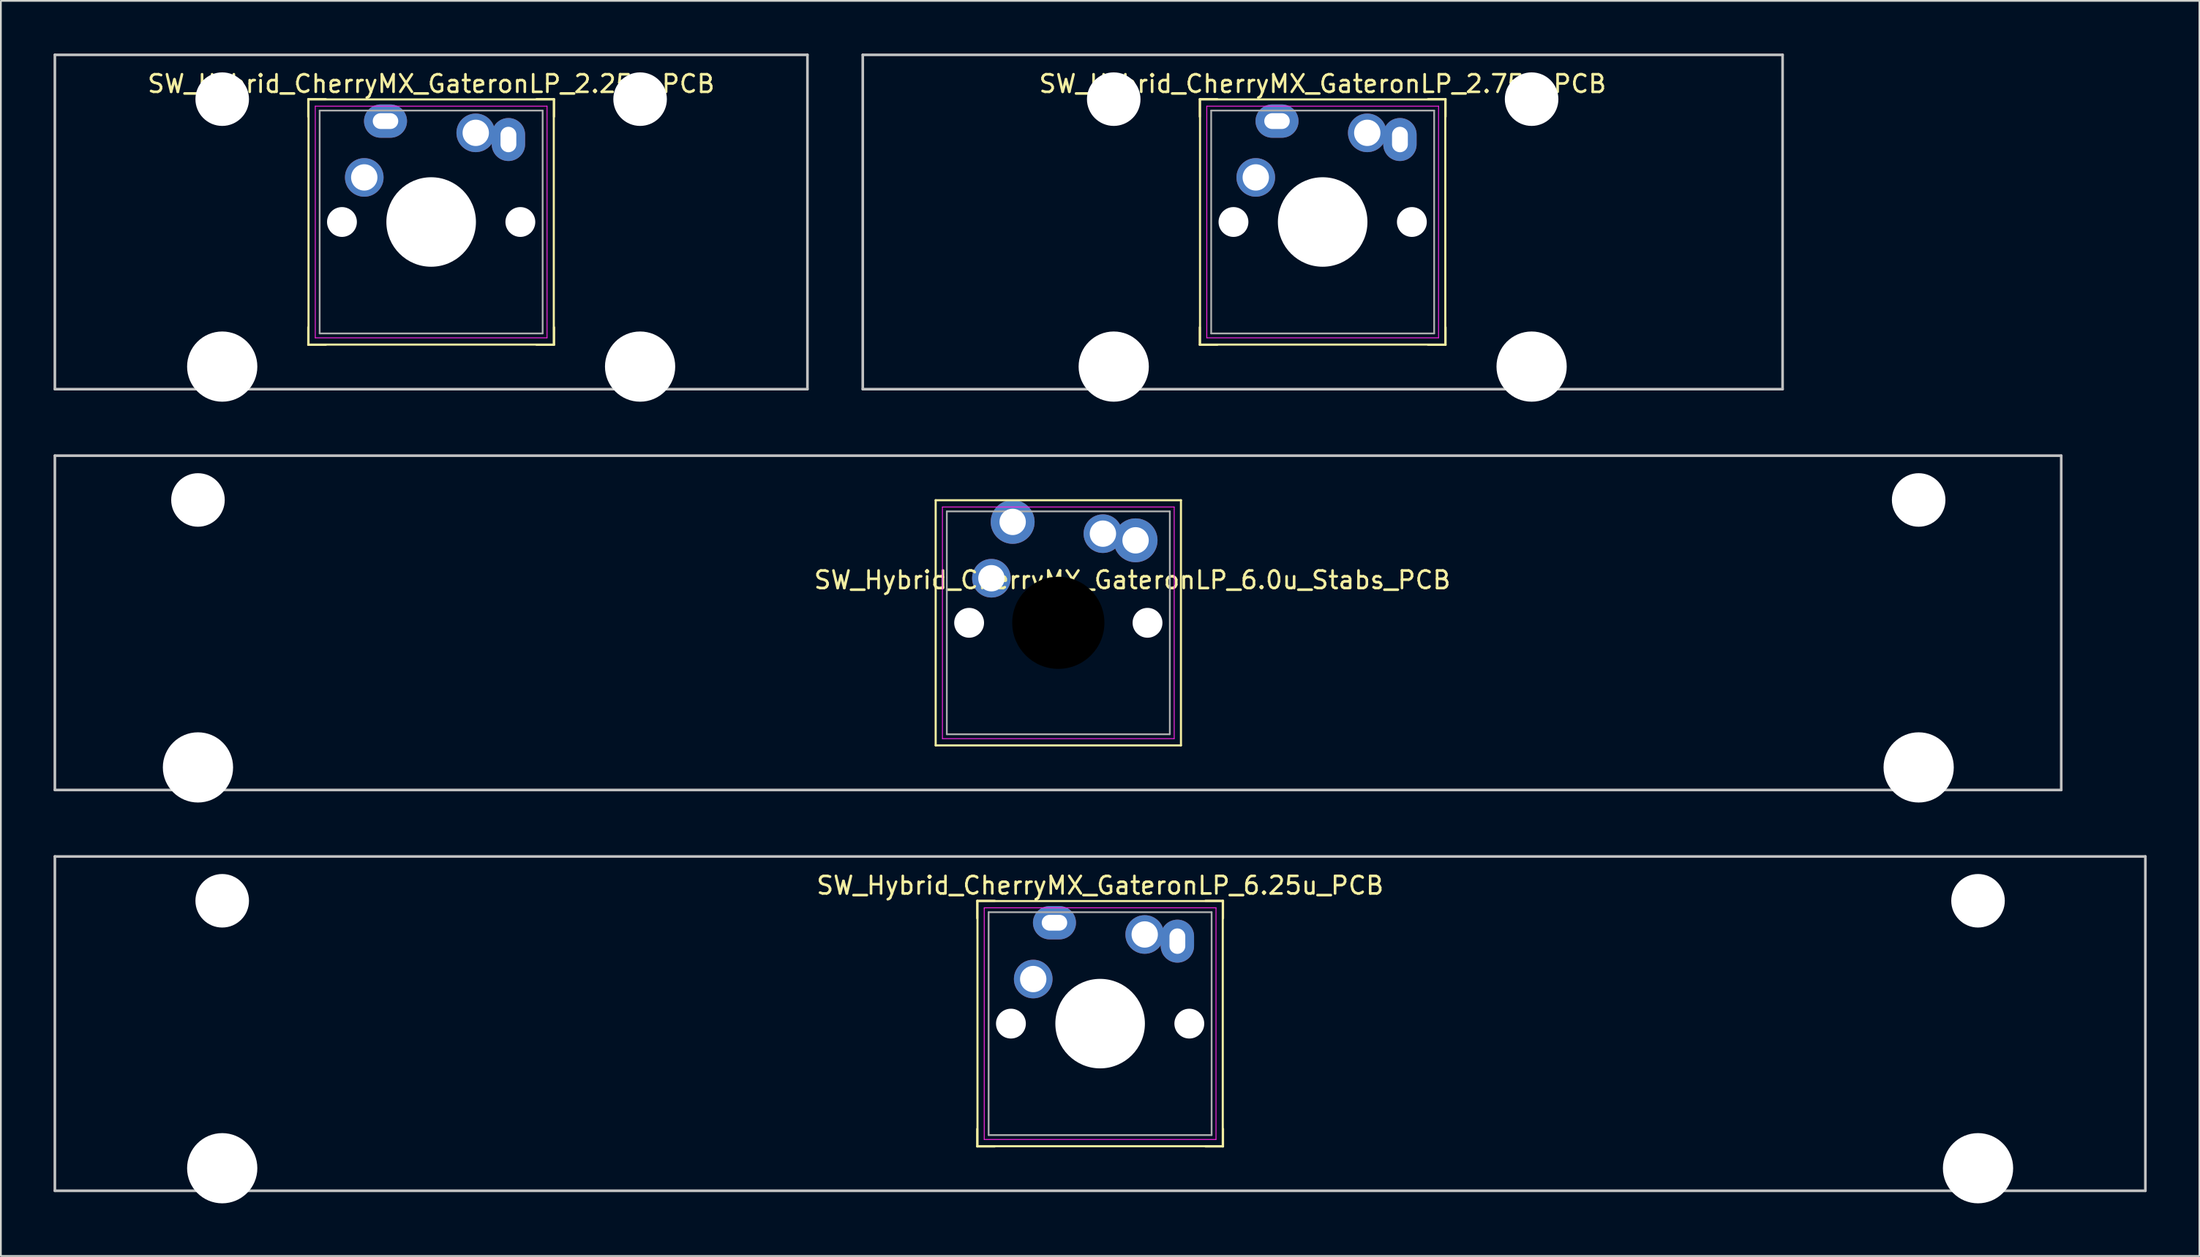
<source format=kicad_pcb>
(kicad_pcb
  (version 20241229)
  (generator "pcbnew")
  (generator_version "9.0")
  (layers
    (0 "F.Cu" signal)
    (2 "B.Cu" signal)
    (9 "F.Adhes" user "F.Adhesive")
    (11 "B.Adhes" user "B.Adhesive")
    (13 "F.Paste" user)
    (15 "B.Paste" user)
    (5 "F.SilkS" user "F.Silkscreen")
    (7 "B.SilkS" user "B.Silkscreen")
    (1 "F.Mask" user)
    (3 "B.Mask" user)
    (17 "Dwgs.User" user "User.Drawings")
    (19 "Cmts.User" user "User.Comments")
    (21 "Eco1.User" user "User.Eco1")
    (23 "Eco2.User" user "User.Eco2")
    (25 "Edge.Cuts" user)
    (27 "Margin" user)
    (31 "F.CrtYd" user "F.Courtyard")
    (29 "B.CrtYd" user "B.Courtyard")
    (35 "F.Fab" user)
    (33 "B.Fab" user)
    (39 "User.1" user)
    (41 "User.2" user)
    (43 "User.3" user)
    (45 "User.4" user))
  (footprint "SW_Hybrid_CherryMX_GateronLP_6.25u_PCB"
    (layer "F.Cu")
    (at 62.146 50.2)
    (property "Reference" "SW_Hybrid_CherryMX_GateronLP_6.25u_PCB" (at -2.54 -2.794 0) (layer "F.SilkS") (effects (font (size 1 1) (thickness 0.15))))
    (attr through_hole)
    (fp_line (start -9.54 -1.92) (end -8.54 -1.92) (stroke (width 0.12) (type solid)) (layer "F.SilkS"))
    (fp_line (start -9.54 -0.92) (end -9.54 -1.92) (stroke (width 0.12) (type solid)) (layer "F.SilkS"))
    (fp_line (start -9.54 12.08) (end -9.54 11.08) (stroke (width 0.12) (type solid)) (layer "F.SilkS"))
    (fp_line (start -9.525 -1.905) (end 4.445 -1.905) (stroke (width 0.12) (type solid)) (layer "F.SilkS"))
    (fp_line (start -9.525 12.065) (end -9.525 -1.905) (stroke (width 0.12) (type solid)) (layer "F.SilkS"))
    (fp_line (start -8.54 12.08) (end -9.54 12.08) (stroke (width 0.12) (type solid)) (layer "F.SilkS"))
    (fp_line (start 3.46 -1.92) (end 4.46 -1.92) (stroke (width 0.12) (type solid)) (layer "F.SilkS"))
    (fp_line (start 4.445 -1.905) (end 4.445 12.065) (stroke (width 0.12) (type solid)) (layer "F.SilkS"))
    (fp_line (start 4.445 12.065) (end -9.525 12.065) (stroke (width 0.12) (type solid)) (layer "F.SilkS"))
    (fp_line (start 4.46 -1.92) (end 4.46 -0.92) (stroke (width 0.12) (type solid)) (layer "F.SilkS"))
    (fp_line (start 4.46 12.08) (end 3.46 12.08) (stroke (width 0.12) (type solid)) (layer "F.SilkS"))
    (fp_line (start 4.46 12.08) (end 4.46 11.08) (stroke (width 0.12) (type solid)) (layer "F.SilkS"))
    (fp_line (start -62.071 -4.445) (end 56.991 -4.445) (stroke (width 0.15) (type solid)) (layer "Dwgs.User"))
    (fp_line (start -62.071 14.605) (end -62.071 -4.445) (stroke (width 0.15) (type solid)) (layer "Dwgs.User"))
    (fp_line (start 56.991 -4.445) (end 56.991 14.605) (stroke (width 0.15) (type solid)) (layer "Dwgs.User"))
    (fp_line (start 56.991 14.605) (end -62.071 14.605) (stroke (width 0.15) (type solid)) (layer "Dwgs.User"))
    (fp_line (start -9.54 12.08) (end -9.54 -1.92) (stroke (width 0.1) (type solid)) (layer "Eco1.User"))
    (fp_line (start 4.46 -1.92) (end -9.54 -1.92) (stroke (width 0.1) (type solid)) (layer "Eco1.User"))
    (fp_line (start 4.46 12.08) (end -9.54 12.08) (stroke (width 0.1) (type solid)) (layer "Eco1.User"))
    (fp_line (start 4.46 12.08) (end 4.46 -1.92) (stroke (width 0.1) (type solid)) (layer "Eco1.User"))
    (fp_rect (start -4.34 11.38) (end 0.66 9.13) (stroke (width 0.12) (type solid)) (fill no) (layer "Eco1.User"))
    (fp_line (start -9.14 -1.52) (end 4.06 -1.52) (stroke (width 0.05) (type solid)) (layer "F.CrtYd"))
    (fp_line (start -9.14 11.68) (end -9.14 -1.52) (stroke (width 0.05) (type solid)) (layer "F.CrtYd"))
    (fp_line (start 4.06 -1.52) (end 4.06 11.68) (stroke (width 0.05) (type solid)) (layer "F.CrtYd"))
    (fp_line (start 4.06 11.68) (end -9.14 11.68) (stroke (width 0.05) (type solid)) (layer "F.CrtYd"))
    (fp_line (start -8.89 -1.27) (end 3.81 -1.27) (stroke (width 0.1) (type solid)) (layer "F.Fab"))
    (fp_line (start -8.89 11.43) (end -8.89 -1.27) (stroke (width 0.1) (type solid)) (layer "F.Fab"))
    (fp_line (start 3.81 -1.27) (end 3.81 11.43) (stroke (width 0.1) (type solid)) (layer "F.Fab"))
    (fp_line (start 3.81 11.43) (end -8.89 11.43) (stroke (width 0.1) (type solid)) (layer "F.Fab"))
    (pad "" np_thru_hole circle (at -52.54 -1.92) (size 3.05 3.05) (drill 3.05) (layers "*.Cu" "*.Mask"))
    (pad "" np_thru_hole circle (at -52.54 13.32) (size 4 4) (drill 4) (layers "*.Cu" "*.Mask"))
    (pad "" np_thru_hole circle (at -7.62 5.08) (size 1.7 1.7) (drill 1.7) (layers "*.Cu" "*.Mask"))
    (pad "" np_thru_hole circle (at -2.54 5.08 180) (size 5.1 5.1) (drill 5.1) (layers "*.Cu" "*.Mask"))
    (pad "" np_thru_hole circle (at 2.54 5.08) (size 1.7 1.7) (drill 1.7) (layers "*.Cu" "*.Mask"))
    (pad "" np_thru_hole circle (at 47.46 -1.92) (size 3.05 3.05) (drill 3.05) (layers "*.Cu" "*.Mask"))
    (pad "" np_thru_hole circle (at 47.46 13.32) (size 4 4) (drill 4) (layers "*.Cu" "*.Mask"))
    (pad "1" thru_hole circle (at 0 0) (size 2.2 2.2) (drill 1.5) (layers "*.Cu" "*.Mask"))
    (pad "1" thru_hole oval (at 1.86 0.38 270) (size 2.45 1.9) (drill oval 1.45 0.9) (layers "*.Cu" "*.Mask"))
    (pad "2" thru_hole circle (at -6.35 2.54) (size 2.2 2.2) (drill 1.5) (layers "*.Cu" "*.Mask"))
    (pad "2" thru_hole oval (at -5.14 -0.67 180) (size 2.45 1.9) (drill oval 1.45 0.9) (layers "*.Cu" "*.Mask")))
  (footprint "SW_Hybrid_CherryMX_GateronLP_2.75u_PCB"
    (layer "F.Cu")
    (at 74.821 4.52)
    (property "Reference" "SW_Hybrid_CherryMX_GateronLP_2.75u_PCB" (at -2.54 -2.794 0) (layer "F.SilkS") (effects (font (size 1 1) (thickness 0.15))))
    (attr through_hole)
    (fp_line (start -9.54 -1.92) (end -8.54 -1.92) (stroke (width 0.12) (type solid)) (layer "F.SilkS"))
    (fp_line (start -9.54 -0.92) (end -9.54 -1.92) (stroke (width 0.12) (type solid)) (layer "F.SilkS"))
    (fp_line (start -9.54 12.08) (end -9.54 11.08) (stroke (width 0.12) (type solid)) (layer "F.SilkS"))
    (fp_line (start -9.525 -1.905) (end 4.445 -1.905) (stroke (width 0.12) (type solid)) (layer "F.SilkS"))
    (fp_line (start -9.525 12.065) (end -9.525 -1.905) (stroke (width 0.12) (type solid)) (layer "F.SilkS"))
    (fp_line (start -8.54 12.08) (end -9.54 12.08) (stroke (width 0.12) (type solid)) (layer "F.SilkS"))
    (fp_line (start 3.46 -1.92) (end 4.46 -1.92) (stroke (width 0.12) (type solid)) (layer "F.SilkS"))
    (fp_line (start 4.445 -1.905) (end 4.445 12.065) (stroke (width 0.12) (type solid)) (layer "F.SilkS"))
    (fp_line (start 4.445 12.065) (end -9.525 12.065) (stroke (width 0.12) (type solid)) (layer "F.SilkS"))
    (fp_line (start 4.46 -1.92) (end 4.46 -0.92) (stroke (width 0.12) (type solid)) (layer "F.SilkS"))
    (fp_line (start 4.46 12.08) (end 3.46 12.08) (stroke (width 0.12) (type solid)) (layer "F.SilkS"))
    (fp_line (start 4.46 12.08) (end 4.46 11.08) (stroke (width 0.12) (type solid)) (layer "F.SilkS"))
    (fp_line (start -28.734 -4.445) (end 23.654 -4.445) (stroke (width 0.15) (type solid)) (layer "Dwgs.User"))
    (fp_line (start -28.734 14.605) (end -28.734 -4.445) (stroke (width 0.15) (type solid)) (layer "Dwgs.User"))
    (fp_line (start 23.654 -4.445) (end 23.654 14.605) (stroke (width 0.15) (type solid)) (layer "Dwgs.User"))
    (fp_line (start 23.654 14.605) (end -28.734 14.605) (stroke (width 0.15) (type solid)) (layer "Dwgs.User"))
    (fp_line (start -9.54 12.08) (end -9.54 -1.92) (stroke (width 0.1) (type solid)) (layer "Eco1.User"))
    (fp_line (start 4.46 -1.92) (end -9.54 -1.92) (stroke (width 0.1) (type solid)) (layer "Eco1.User"))
    (fp_line (start 4.46 12.08) (end -9.54 12.08) (stroke (width 0.1) (type solid)) (layer "Eco1.User"))
    (fp_line (start 4.46 12.08) (end 4.46 -1.92) (stroke (width 0.1) (type solid)) (layer "Eco1.User"))
    (fp_rect (start -4.34 11.38) (end 0.66 9.13) (stroke (width 0.12) (type solid)) (fill no) (layer "Eco1.User"))
    (fp_line (start -9.14 -1.52) (end 4.06 -1.52) (stroke (width 0.05) (type solid)) (layer "F.CrtYd"))
    (fp_line (start -9.14 11.68) (end -9.14 -1.52) (stroke (width 0.05) (type solid)) (layer "F.CrtYd"))
    (fp_line (start 4.06 -1.52) (end 4.06 11.68) (stroke (width 0.05) (type solid)) (layer "F.CrtYd"))
    (fp_line (start 4.06 11.68) (end -9.14 11.68) (stroke (width 0.05) (type solid)) (layer "F.CrtYd"))
    (fp_line (start -8.89 -1.27) (end 3.81 -1.27) (stroke (width 0.1) (type solid)) (layer "F.Fab"))
    (fp_line (start -8.89 11.43) (end -8.89 -1.27) (stroke (width 0.1) (type solid)) (layer "F.Fab"))
    (fp_line (start 3.81 -1.27) (end 3.81 11.43) (stroke (width 0.1) (type solid)) (layer "F.Fab"))
    (fp_line (start 3.81 11.43) (end -8.89 11.43) (stroke (width 0.1) (type solid)) (layer "F.Fab"))
    (pad "" np_thru_hole circle (at -14.44 -1.92) (size 3.05 3.05) (drill 3.05) (layers "*.Cu" "*.Mask"))
    (pad "" np_thru_hole circle (at -14.44 13.32) (size 4 4) (drill 4) (layers "*.Cu" "*.Mask"))
    (pad "" np_thru_hole circle (at -7.62 5.08) (size 1.7 1.7) (drill 1.7) (layers "*.Cu" "*.Mask"))
    (pad "" np_thru_hole circle (at -2.54 5.08 180) (size 5.1 5.1) (drill 5.1) (layers "*.Cu" "*.Mask"))
    (pad "" np_thru_hole circle (at 2.54 5.08) (size 1.7 1.7) (drill 1.7) (layers "*.Cu" "*.Mask"))
    (pad "" np_thru_hole circle (at 9.36 -1.92) (size 3.05 3.05) (drill 3.05) (layers "*.Cu" "*.Mask"))
    (pad "" np_thru_hole circle (at 9.36 13.32) (size 4 4) (drill 4) (layers "*.Cu" "*.Mask"))
    (pad "1" thru_hole circle (at 0 0) (size 2.2 2.2) (drill 1.5) (layers "*.Cu" "*.Mask"))
    (pad "1" thru_hole oval (at 1.86 0.38 270) (size 2.45 1.9) (drill oval 1.45 0.9) (layers "*.Cu" "*.Mask"))
    (pad "2" thru_hole circle (at -6.35 2.54) (size 2.2 2.2) (drill 1.5) (layers "*.Cu" "*.Mask"))
    (pad "2" thru_hole oval (at -5.14 -0.67 180) (size 2.45 1.9) (drill oval 1.45 0.9) (layers "*.Cu" "*.Mask")))
  (footprint "SW_Hybrid_CherryMX_GateronLP_6.0u_Stabs_PCB"
    (layer "F.Cu")
    (at 59.765 27.36)
    (property "Reference" "SW_Hybrid_CherryMX_GateronLP_6.0u_Stabs_PCB" (at 1.676 2.642 0) (layer "F.SilkS") (effects (font (size 1 1) (thickness 0.15))))
    (attr through_hole)
    (fp_line (start -9.525 -1.905) (end 4.445 -1.905) (stroke (width 0.12) (type solid)) (layer "F.SilkS"))
    (fp_line (start -9.525 12.065) (end -9.525 -1.905) (stroke (width 0.12) (type solid)) (layer "F.SilkS"))
    (fp_line (start 4.445 -1.905) (end 4.445 12.065) (stroke (width 0.12) (type solid)) (layer "F.SilkS"))
    (fp_line (start 4.445 12.065) (end -9.525 12.065) (stroke (width 0.12) (type solid)) (layer "F.SilkS"))
    (fp_line (start -59.69 -4.445) (end 54.58 -4.445) (stroke (width 0.15) (type solid)) (layer "Dwgs.User"))
    (fp_line (start -59.69 14.605) (end -59.69 -4.445) (stroke (width 0.15) (type solid)) (layer "Dwgs.User"))
    (fp_line (start 54.58 -4.445) (end 54.58 14.605) (stroke (width 0.15) (type solid)) (layer "Dwgs.User"))
    (fp_line (start 54.58 14.605) (end -59.69 14.605) (stroke (width 0.15) (type solid)) (layer "Dwgs.User"))
    (fp_line (start -9.14 -1.52) (end 4.06 -1.52) (stroke (width 0.05) (type solid)) (layer "F.CrtYd"))
    (fp_line (start -9.14 11.68) (end -9.14 -1.52) (stroke (width 0.05) (type solid)) (layer "F.CrtYd"))
    (fp_line (start 4.06 -1.52) (end 4.06 11.68) (stroke (width 0.05) (type solid)) (layer "F.CrtYd"))
    (fp_line (start 4.06 11.68) (end -9.14 11.68) (stroke (width 0.05) (type solid)) (layer "F.CrtYd"))
    (fp_line (start -8.89 -1.27) (end 3.81 -1.27) (stroke (width 0.1) (type solid)) (layer "F.Fab"))
    (fp_line (start -8.89 11.43) (end -8.89 -1.27) (stroke (width 0.1) (type solid)) (layer "F.Fab"))
    (fp_line (start 3.81 -1.27) (end 3.81 11.43) (stroke (width 0.1) (type solid)) (layer "F.Fab"))
    (fp_line (start 3.81 11.43) (end -8.89 11.43) (stroke (width 0.1) (type solid)) (layer "F.Fab"))
    (pad "" np_thru_hole circle (at -51.54 -1.92) (size 3.05 3.05) (drill 3.05) (layers "*.Cu" "*.Mask"))
    (pad "" np_thru_hole circle (at -51.54 13.32) (size 4 4) (drill 4) (layers "*.Cu" "*.Mask"))
    (pad "" np_thru_hole circle (at -7.62 5.08) (size 1.7 1.7) (drill 1.7) (layers "*.Cu" "*.Mask"))
    (pad "" np_thru_hole circle (at -2.54 5.08) (size 5.25 5.25) (drill 5.25) (layers "*.Mask"))
    (pad "" np_thru_hole circle (at 2.54 5.08) (size 1.7 1.7) (drill 1.7) (layers "*.Cu" "*.Mask"))
    (pad "" np_thru_hole circle (at 46.46 -1.92) (size 3.05 3.05) (drill 3.05) (layers "*.Cu" "*.Mask"))
    (pad "" np_thru_hole circle (at 46.46 13.32) (size 4 4) (drill 4) (layers "*.Cu" "*.Mask"))
    (pad "1" thru_hole circle (at 0 0) (size 2.2 2.2) (drill 1.5) (layers "*.Cu" "*.Mask"))
    (pad "1" thru_hole circle (at 1.86 0.38) (size 2.5 2.5) (drill 1.5) (layers "*.Cu" "B.Mask"))
    (pad "2" thru_hole circle (at -6.35 2.54) (size 2.2 2.2) (drill 1.5) (layers "*.Cu" "*.Mask"))
    (pad "2" thru_hole circle (at -5.14 -0.67) (size 2.5 2.5) (drill 1.5) (layers "*.Cu" "B.Mask")))
  (footprint "SW_Hybrid_CherryMX_GateronLP_2.25u_PCB"
    (layer "F.Cu")
    (at 24.046 4.52)
    (property "Reference" "SW_Hybrid_CherryMX_GateronLP_2.25u_PCB" (at -2.54 -2.794 0) (layer "F.SilkS") (effects (font (size 1 1) (thickness 0.15))))
    (attr through_hole)
    (fp_line (start -9.54 -1.92) (end -8.54 -1.92) (stroke (width 0.12) (type solid)) (layer "F.SilkS"))
    (fp_line (start -9.54 -0.92) (end -9.54 -1.92) (stroke (width 0.12) (type solid)) (layer "F.SilkS"))
    (fp_line (start -9.54 12.08) (end -9.54 11.08) (stroke (width 0.12) (type solid)) (layer "F.SilkS"))
    (fp_line (start -9.525 -1.905) (end 4.445 -1.905) (stroke (width 0.12) (type solid)) (layer "F.SilkS"))
    (fp_line (start -9.525 12.065) (end -9.525 -1.905) (stroke (width 0.12) (type solid)) (layer "F.SilkS"))
    (fp_line (start -8.54 12.08) (end -9.54 12.08) (stroke (width 0.12) (type solid)) (layer "F.SilkS"))
    (fp_line (start 3.46 -1.92) (end 4.46 -1.92) (stroke (width 0.12) (type solid)) (layer "F.SilkS"))
    (fp_line (start 4.445 -1.905) (end 4.445 12.065) (stroke (width 0.12) (type solid)) (layer "F.SilkS"))
    (fp_line (start 4.445 12.065) (end -9.525 12.065) (stroke (width 0.12) (type solid)) (layer "F.SilkS"))
    (fp_line (start 4.46 -1.92) (end 4.46 -0.92) (stroke (width 0.12) (type solid)) (layer "F.SilkS"))
    (fp_line (start 4.46 12.08) (end 3.46 12.08) (stroke (width 0.12) (type solid)) (layer "F.SilkS"))
    (fp_line (start 4.46 12.08) (end 4.46 11.08) (stroke (width 0.12) (type solid)) (layer "F.SilkS"))
    (fp_line (start -23.971 -4.445) (end 18.891 -4.445) (stroke (width 0.15) (type solid)) (layer "Dwgs.User"))
    (fp_line (start -23.971 14.605) (end -23.971 -4.445) (stroke (width 0.15) (type solid)) (layer "Dwgs.User"))
    (fp_line (start 18.891 -4.445) (end 18.891 14.605) (stroke (width 0.15) (type solid)) (layer "Dwgs.User"))
    (fp_line (start 18.891 14.605) (end -23.971 14.605) (stroke (width 0.15) (type solid)) (layer "Dwgs.User"))
    (fp_line (start -9.54 12.08) (end -9.54 -1.92) (stroke (width 0.1) (type solid)) (layer "Eco1.User"))
    (fp_line (start 4.46 -1.92) (end -9.54 -1.92) (stroke (width 0.1) (type solid)) (layer "Eco1.User"))
    (fp_line (start 4.46 12.08) (end -9.54 12.08) (stroke (width 0.1) (type solid)) (layer "Eco1.User"))
    (fp_line (start 4.46 12.08) (end 4.46 -1.92) (stroke (width 0.1) (type solid)) (layer "Eco1.User"))
    (fp_rect (start -4.34 11.38) (end 0.66 9.13) (stroke (width 0.12) (type solid)) (fill no) (layer "Eco1.User"))
    (fp_line (start -9.14 -1.52) (end 4.06 -1.52) (stroke (width 0.05) (type solid)) (layer "F.CrtYd"))
    (fp_line (start -9.14 11.68) (end -9.14 -1.52) (stroke (width 0.05) (type solid)) (layer "F.CrtYd"))
    (fp_line (start 4.06 -1.52) (end 4.06 11.68) (stroke (width 0.05) (type solid)) (layer "F.CrtYd"))
    (fp_line (start 4.06 11.68) (end -9.14 11.68) (stroke (width 0.05) (type solid)) (layer "F.CrtYd"))
    (fp_line (start -8.89 -1.27) (end 3.81 -1.27) (stroke (width 0.1) (type solid)) (layer "F.Fab"))
    (fp_line (start -8.89 11.43) (end -8.89 -1.27) (stroke (width 0.1) (type solid)) (layer "F.Fab"))
    (fp_line (start 3.81 -1.27) (end 3.81 11.43) (stroke (width 0.1) (type solid)) (layer "F.Fab"))
    (fp_line (start 3.81 11.43) (end -8.89 11.43) (stroke (width 0.1) (type solid)) (layer "F.Fab"))
    (pad "" np_thru_hole circle (at -14.44 -1.92) (size 3.05 3.05) (drill 3.05) (layers "*.Cu" "*.Mask"))
    (pad "" np_thru_hole circle (at -14.44 13.32) (size 4 4) (drill 4) (layers "*.Cu" "*.Mask"))
    (pad "" np_thru_hole circle (at -7.62 5.08) (size 1.7 1.7) (drill 1.7) (layers "*.Cu" "*.Mask"))
    (pad "" np_thru_hole circle (at -2.54 5.08 180) (size 5.1 5.1) (drill 5.1) (layers "*.Cu" "*.Mask"))
    (pad "" np_thru_hole circle (at 2.54 5.08) (size 1.7 1.7) (drill 1.7) (layers "*.Cu" "*.Mask"))
    (pad "" np_thru_hole circle (at 9.36 -1.92) (size 3.05 3.05) (drill 3.05) (layers "*.Cu" "*.Mask"))
    (pad "" np_thru_hole circle (at 9.36 13.32) (size 4 4) (drill 4) (layers "*.Cu" "*.Mask"))
    (pad "1" thru_hole circle (at 0 0) (size 2.2 2.2) (drill 1.5) (layers "*.Cu" "*.Mask"))
    (pad "1" thru_hole oval (at 1.86 0.38 270) (size 2.45 1.9) (drill oval 1.45 0.9) (layers "*.Cu" "*.Mask"))
    (pad "2" thru_hole circle (at -6.35 2.54) (size 2.2 2.2) (drill 1.5) (layers "*.Cu" "*.Mask"))
    (pad "2" thru_hole oval (at -5.14 -0.67 180) (size 2.45 1.9) (drill oval 1.45 0.9) (layers "*.Cu" "*.Mask")))
  (gr_rect
    (start -3 -3)
    (end 122.213 68.52)
    (stroke (width 0.1) (type default))
    (fill no)
    (layer "Edge.Cuts")))
</source>
